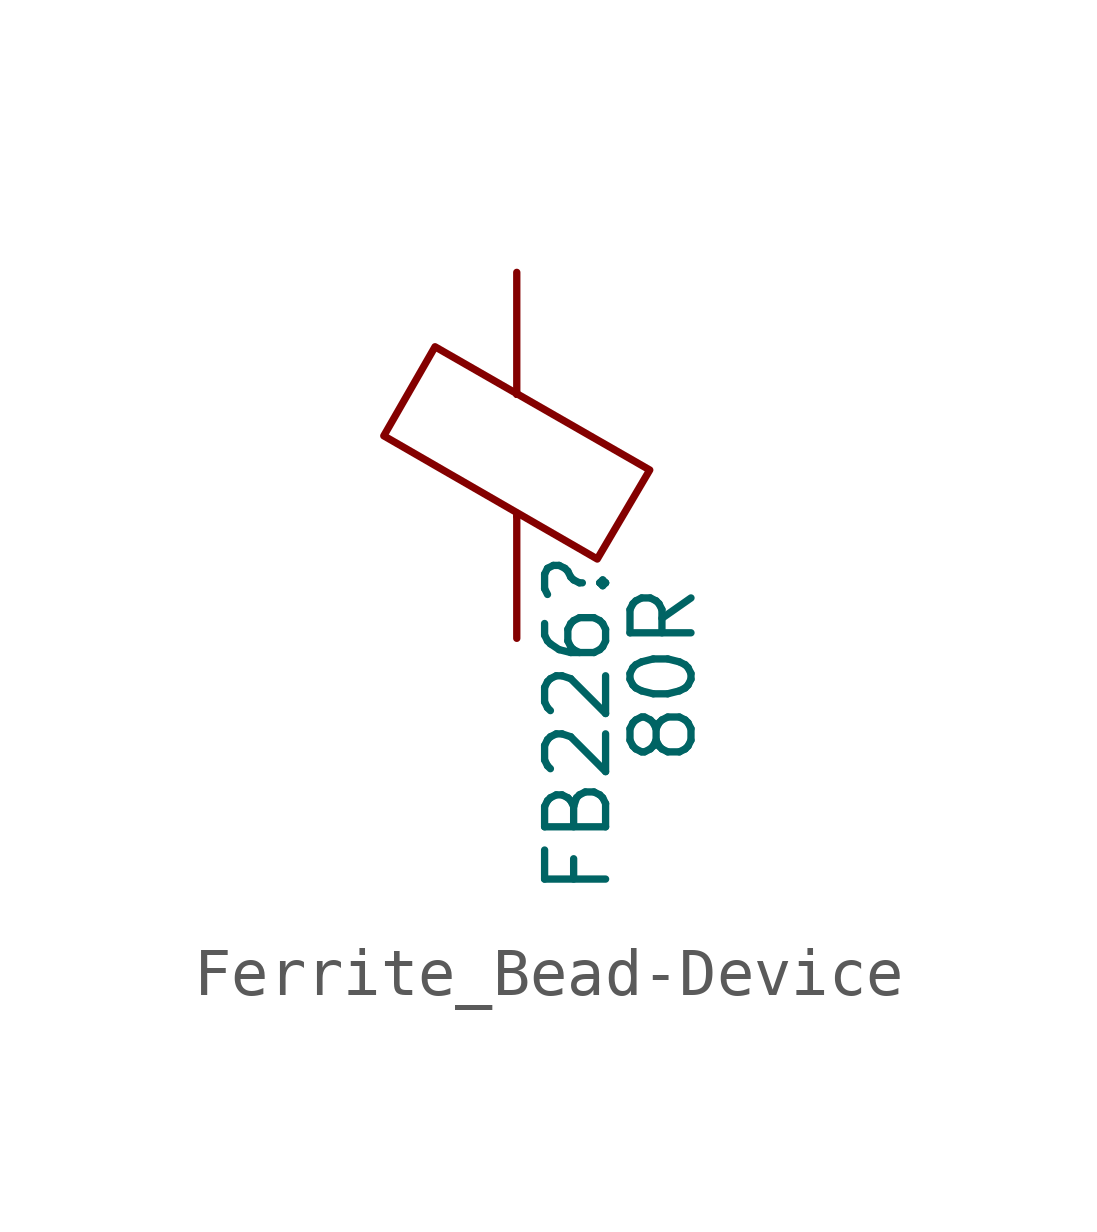
<source format=kicad_sym>
(kicad_symbol_lib
  (version 20220914)
  (generator kicad_symbol_editor)
  (symbol "Ferrite_Bead-Device"
    (pin_numbers hide)
    (pin_names
      (offset 0))
    (property "Reference" "FB226"
      (at 1.27 -5.588 90)
      (effects (font (size 1.27 1.27))))
    (property "Value" "80R"
      (at 3.048 -4.572 90)
      (effects (font (size 1.27 1.27))))
    (symbol "Ferrite_Bead-Device_0_1"
      (polyline (pts (xy 0 -1.27) (xy 0 -1.219)) (stroke (width 0) (type solid)) (fill (type none)))
      (polyline (pts (xy 0 1.27) (xy 0 1.295)) (stroke (width 0) (type solid)) (fill (type none)))
      (polyline (pts (xy -2.769 0.406) (xy -1.702 2.261) (xy 2.769 -0.305) (xy 1.676 -2.159) (xy -2.769 0.406)) (stroke (width 0) (type solid)) (fill (type none))))
    (symbol "Ferrite_Bead-Device_1_1"
      (pin passive line (at 0 3.81 270) (length 2.54) (name "~" (effects (font (size 1.27 1.27)))) (number "1" (effects (font (size 1.27 1.27)))))
      (pin passive line (at 0 -3.81 90) (length 2.54) (name "~" (effects (font (size 1.27 1.27)))) (number "2" (effects (font (size 1.27 1.27))))))))
</source>
